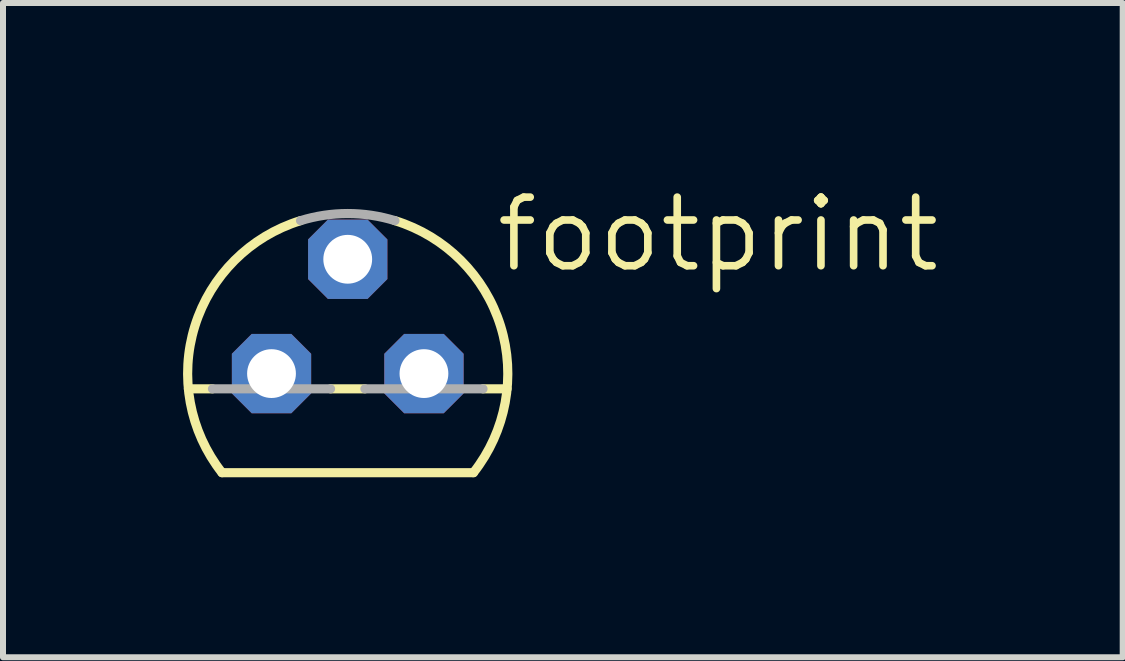
<source format=kicad_pcb>
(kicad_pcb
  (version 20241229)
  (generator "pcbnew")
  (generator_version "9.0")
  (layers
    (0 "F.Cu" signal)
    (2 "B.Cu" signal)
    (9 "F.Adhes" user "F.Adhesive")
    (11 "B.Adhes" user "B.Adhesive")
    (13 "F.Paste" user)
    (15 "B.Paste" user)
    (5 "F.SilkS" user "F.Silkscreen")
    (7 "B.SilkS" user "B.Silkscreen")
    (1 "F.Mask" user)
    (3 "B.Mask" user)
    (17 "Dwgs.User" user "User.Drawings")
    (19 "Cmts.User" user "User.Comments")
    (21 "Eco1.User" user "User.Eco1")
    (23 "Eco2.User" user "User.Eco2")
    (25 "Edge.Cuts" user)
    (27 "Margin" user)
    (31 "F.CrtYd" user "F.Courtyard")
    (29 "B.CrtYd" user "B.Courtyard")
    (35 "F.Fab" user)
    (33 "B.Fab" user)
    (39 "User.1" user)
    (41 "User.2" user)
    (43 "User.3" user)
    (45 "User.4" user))
  (footprint "footprint"
    (layer "F.Cu")
    (at 2.744 3.175)
    (property "Reference" "footprint" (at 2.413 -1.651 0) (layer "F.SilkS") (effects (font (size 1.143 1.143) (thickness 0.127)) (justify left bottom)))
    (fp_line (start -2.655 0.254) (end -2.254 0.254) (stroke (width 0.152) (type solid)) (layer "F.SilkS"))
    (fp_line (start -2.095 1.651) (end 2.095 1.651) (stroke (width 0.152) (type solid)) (layer "F.SilkS"))
    (fp_line (start -0.286 0.254) (end 0.286 0.254) (stroke (width 0.152) (type solid)) (layer "F.SilkS"))
    (fp_line (start 2.254 0.254) (end 2.655 0.254) (stroke (width 0.152) (type solid)) (layer "F.SilkS"))
    (fp_arc (start -2.095 1.651) (mid -2.546798 -0.793169) (end -0.786898 -2.5484) (stroke (width 0.1524) (type solid)) (layer "F.SilkS"))
    (fp_arc (start 0.7869 -2.5484) (mid 2.546798 -0.793168) (end 2.094999 1.651001) (stroke (width 0.1524) (type solid)) (layer "F.SilkS"))
    (fp_line (start -2.254 0.254) (end -0.286 0.254) (stroke (width 0.152) (type solid)) (layer "F.Fab"))
    (fp_line (start 0.286 0.254) (end 2.254 0.254) (stroke (width 0.152) (type solid)) (layer "F.Fab"))
    (fp_arc (start -0.7864 -2.5484) (mid 0 -2.666977) (end 0.7864 -2.5484) (stroke (width 0.1524) (type solid)) (layer "F.Fab"))
    (pad "1" thru_hole roundrect (at -1.27 0) (size 1.321 1.321) (drill 0.813) (layers "*.Cu" "*.Mask") (roundrect_rratio 0.25) (chamfer_ratio 0.25) (chamfer top_left top_right bottom_left bottom_right))
    (pad "2" thru_hole roundrect (at 0 -1.905) (size 1.321 1.321) (drill 0.813) (layers "*.Cu" "*.Mask") (roundrect_rratio 0.25) (chamfer_ratio 0.25) (chamfer top_left top_right bottom_left bottom_right))
    (pad "3" thru_hole roundrect (at 1.27 0) (size 1.321 1.321) (drill 0.813) (layers "*.Cu" "*.Mask") (roundrect_rratio 0.25) (chamfer_ratio 0.25) (chamfer top_left top_right bottom_left bottom_right)))
  (gr_rect
    (start -3 -3)
    (end 15.657 7.902)
    (stroke (width 0.1) (type default))
    (fill no)
    (layer "Edge.Cuts")))
</source>
